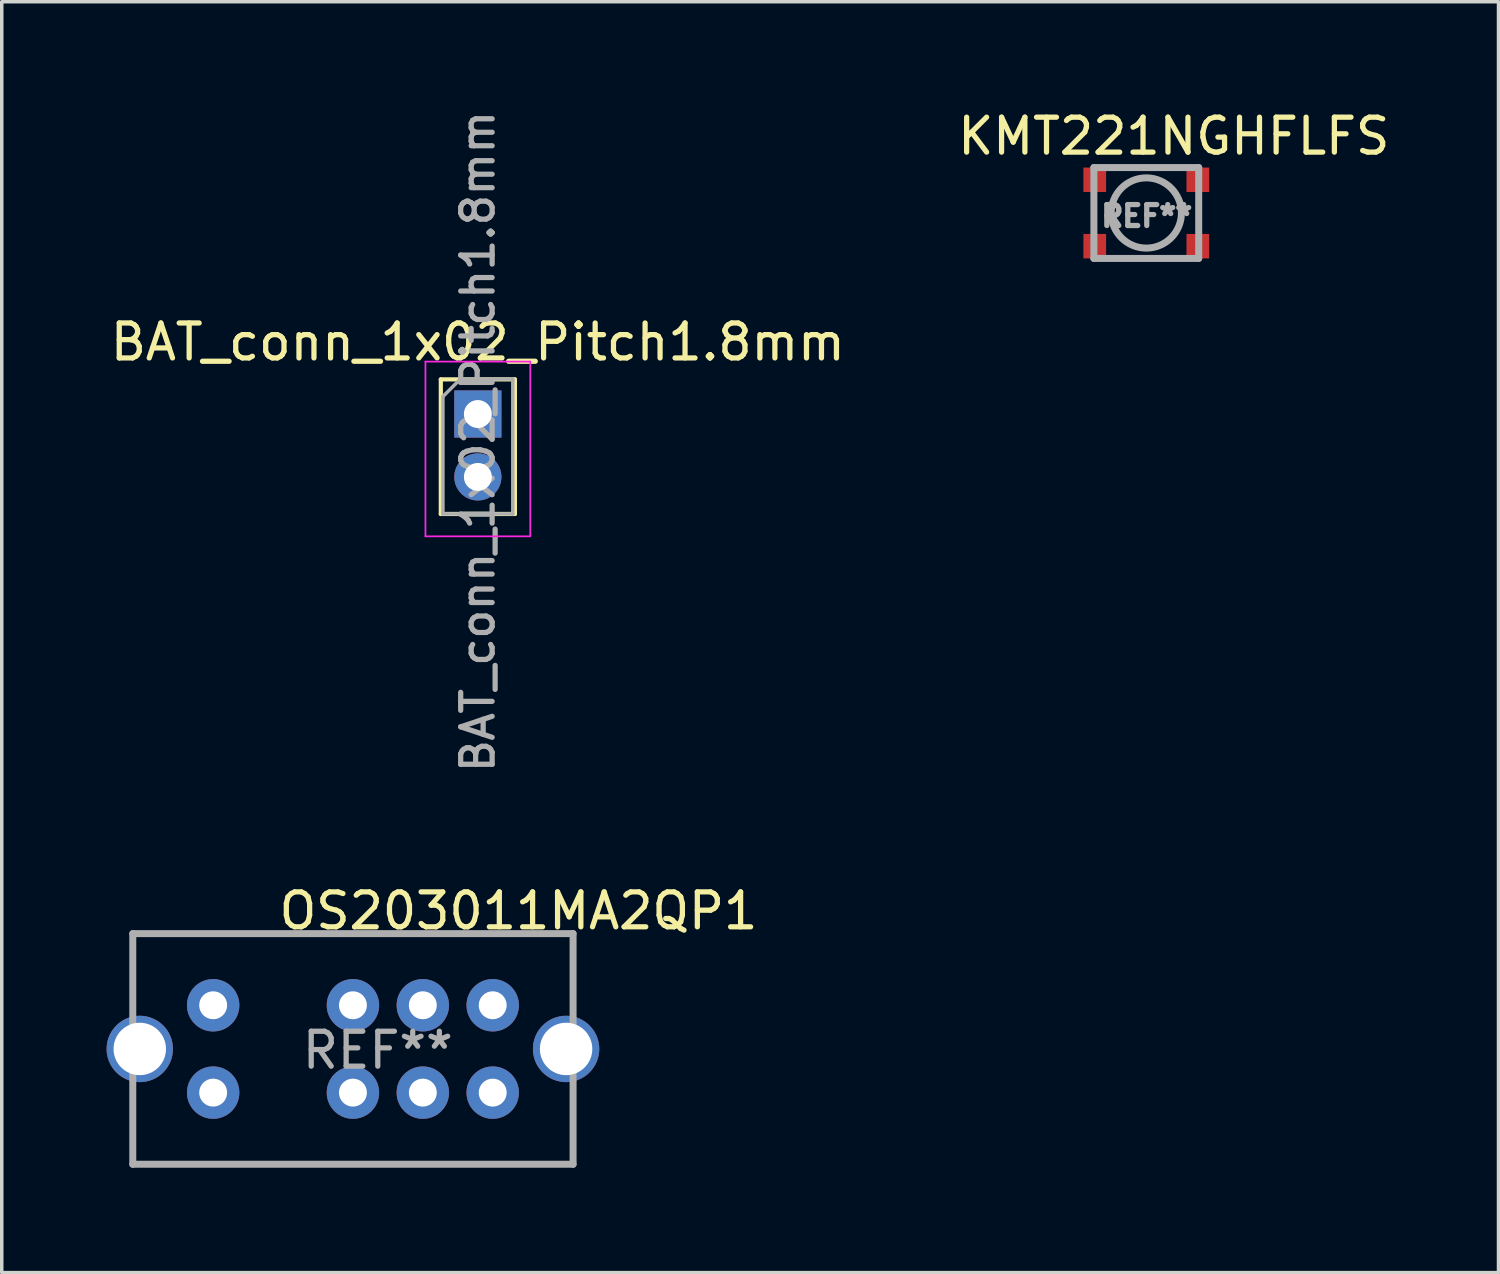
<source format=kicad_pcb>
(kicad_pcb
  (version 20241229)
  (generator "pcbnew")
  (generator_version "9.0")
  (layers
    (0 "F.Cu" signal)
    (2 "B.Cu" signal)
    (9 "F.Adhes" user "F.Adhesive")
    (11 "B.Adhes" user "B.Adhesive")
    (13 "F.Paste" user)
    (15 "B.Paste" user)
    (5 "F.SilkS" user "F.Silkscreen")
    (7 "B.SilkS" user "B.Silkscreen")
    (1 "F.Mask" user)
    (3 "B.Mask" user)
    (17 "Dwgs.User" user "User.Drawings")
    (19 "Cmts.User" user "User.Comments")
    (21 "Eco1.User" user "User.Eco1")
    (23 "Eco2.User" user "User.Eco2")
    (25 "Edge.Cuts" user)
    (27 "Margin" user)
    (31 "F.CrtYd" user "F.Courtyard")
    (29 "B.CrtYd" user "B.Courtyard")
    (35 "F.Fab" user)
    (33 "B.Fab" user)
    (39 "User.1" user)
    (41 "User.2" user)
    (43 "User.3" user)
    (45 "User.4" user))
  (footprint "BAT_conn_1x02_Pitch1.8mm"
    (layer "F.Cu")
    (at 10.625 8.798)
    (property "Reference" "BAT_conn_1x02_Pitch1.8mm" (at 0 -2.06 0) (layer "F.SilkS") (effects (font (size 1 1) (thickness 0.15))))
    (attr through_hole)
    (fp_line (start -1.06 -0.991) (end -1.06 2.86) (stroke (width 0.12) (type solid)) (layer "F.SilkS"))
    (fp_line (start -1.06 -0.991) (end 1.06 -0.991) (stroke (width 0.12) (type solid)) (layer "F.SilkS"))
    (fp_line (start -1.06 2.86) (end 1.06 2.86) (stroke (width 0.12) (type solid)) (layer "F.SilkS"))
    (fp_line (start 1.06 -0.991) (end 1.06 2.86) (stroke (width 0.12) (type solid)) (layer "F.SilkS"))
    (fp_line (start -1.5 -1.5) (end -1.5 3.5) (stroke (width 0.05) (type solid)) (layer "F.CrtYd"))
    (fp_line (start -1.5 3.5) (end 1.5 3.5) (stroke (width 0.05) (type solid)) (layer "F.CrtYd"))
    (fp_line (start 1.5 -1.5) (end -1.5 -1.5) (stroke (width 0.05) (type solid)) (layer "F.CrtYd"))
    (fp_line (start 1.5 3.5) (end 1.5 -1.5) (stroke (width 0.05) (type solid)) (layer "F.CrtYd"))
    (fp_line (start -1 -0.5) (end -0.5 -1) (stroke (width 0.1) (type solid)) (layer "F.Fab"))
    (fp_line (start -1 2.86) (end -1 -0.5) (stroke (width 0.1) (type solid)) (layer "F.Fab"))
    (fp_line (start -0.5 -1) (end 1 -1) (stroke (width 0.1) (type solid)) (layer "F.Fab"))
    (fp_line (start 1 -1) (end 1 2.86) (stroke (width 0.1) (type solid)) (layer "F.Fab"))
    (fp_line (start 1 2.86) (end -1 2.86) (stroke (width 0.1) (type solid)) (layer "F.Fab"))
    (fp_text user "${REFERENCE}" (at 0 0.787 90) (layer "F.Fab") (effects (font (size 0.9 0.9) (thickness 0.15))))
    (pad "1" thru_hole rect (at 0 0) (size 1.35 1.35) (drill 0.8) (layers "*.Cu" "*.Mask"))
    (pad "2" thru_hole oval (at 0 1.8) (size 1.35 1.35) (drill 0.8) (layers "*.Cu" "*.Mask")))
  (footprint "KMT221NGHFLFS"
    (layer "F.Cu")
    (at 29.754 3.045)
    (property "Reference" "KMT221NGHFLFS" (at 0.787 -2.197 0) (layer "F.SilkS") (effects (font (size 1 1) (thickness 0.15))))
    (attr through_hole)
    (fp_line (start -1.5 -1.3) (end 1.5 -1.3) (stroke (width 0.2) (type solid)) (layer "F.Fab"))
    (fp_line (start -1.5 1.3) (end -1.5 -1.3) (stroke (width 0.2) (type solid)) (layer "F.Fab"))
    (fp_line (start -1.5 1.3) (end 1.5 1.3) (stroke (width 0.2) (type solid)) (layer "F.Fab"))
    (fp_line (start 1.5 1.3) (end 1.5 -1.3) (stroke (width 0.2) (type solid)) (layer "F.Fab"))
    (fp_circle (center 0 0) (end 1.003 0.064) (stroke (width 0.2) (type solid)) (fill no) (layer "F.Fab"))
    (fp_text user "REF**" (at 0.013 0.089 0) (layer "F.Fab") (effects (font (size 0.6 0.6) (thickness 0.15))))
    (pad "1" smd rect (at -1.475 0.95) (size 0.65 0.7) (layers "F.Cu" "F.Mask" "F.Paste"))
    (pad "1" smd rect (at 1.475 0.95) (size 0.65 0.7) (layers "F.Cu" "F.Mask" "F.Paste"))
    (pad "2" smd rect (at -1.475 -0.95) (size 0.65 0.7) (layers "F.Cu" "F.Mask" "F.Paste"))
    (pad "2" smd rect (at 1.475 -0.95) (size 0.65 0.7) (layers "F.Cu" "F.Mask" "F.Paste")))
  (footprint "OS203011MA2QP1"
    (layer "F.Cu")
    (at 7.05 26.968)
    (property "Reference" "OS203011MA2QP1" (at 4.737 -3.95 0) (layer "F.SilkS") (effects (font (size 1 1) (thickness 0.15))))
    (attr through_hole)
    (fp_line (start -6.3 -3.3) (end -6.3 3.3) (stroke (width 0.2) (type solid)) (layer "F.Fab"))
    (fp_line (start -6.3 -3.3) (end 6.3 -3.3) (stroke (width 0.2) (type solid)) (layer "F.Fab"))
    (fp_line (start -6.3 3.3) (end 6.3 3.3) (stroke (width 0.2) (type solid)) (layer "F.Fab"))
    (fp_line (start 6.3 -3.3) (end 6.3 3.3) (stroke (width 0.2) (type solid)) (layer "F.Fab"))
    (fp_text user "REF**" (at 0.711 0.038 0) (layer "F.Fab") (effects (font (size 1 1) (thickness 0.15))))
    (pad "0" thru_hole circle (at -6.1 0) (size 1.9 1.9) (drill 1.5) (layers "*.Cu" "*.Mask"))
    (pad "0" thru_hole circle (at 6.1 0) (size 1.9 1.9) (drill 1.5) (layers "*.Cu" "*.Mask"))
    (pad "1" thru_hole circle (at -4 -1.25) (size 1.5 1.5) (drill 0.8) (layers "*.Cu" "*.Mask"))
    (pad "2" thru_hole circle (at 0 -1.25) (size 1.5 1.5) (drill 0.8) (layers "*.Cu" "*.Mask"))
    (pad "3" thru_hole circle (at 2 -1.25) (size 1.5 1.5) (drill 0.8) (layers "*.Cu" "*.Mask"))
    (pad "4" thru_hole circle (at 4 -1.25) (size 1.5 1.5) (drill 0.8) (layers "*.Cu" "*.Mask"))
    (pad "5" thru_hole circle (at -4 1.25) (size 1.5 1.5) (drill 0.8) (layers "*.Cu" "*.Mask"))
    (pad "6" thru_hole circle (at 0 1.25) (size 1.5 1.5) (drill 0.8) (layers "*.Cu" "*.Mask"))
    (pad "7" thru_hole circle (at 2 1.25) (size 1.5 1.5) (drill 0.8) (layers "*.Cu" "*.Mask"))
    (pad "8" thru_hole circle (at 4 1.25) (size 1.5 1.5) (drill 0.8) (layers "*.Cu" "*.Mask")))
  (gr_rect
    (start -3 -3)
    (end 39.833 33.368)
    (stroke (width 0.1) (type default))
    (fill no)
    (layer "Edge.Cuts")))
</source>
